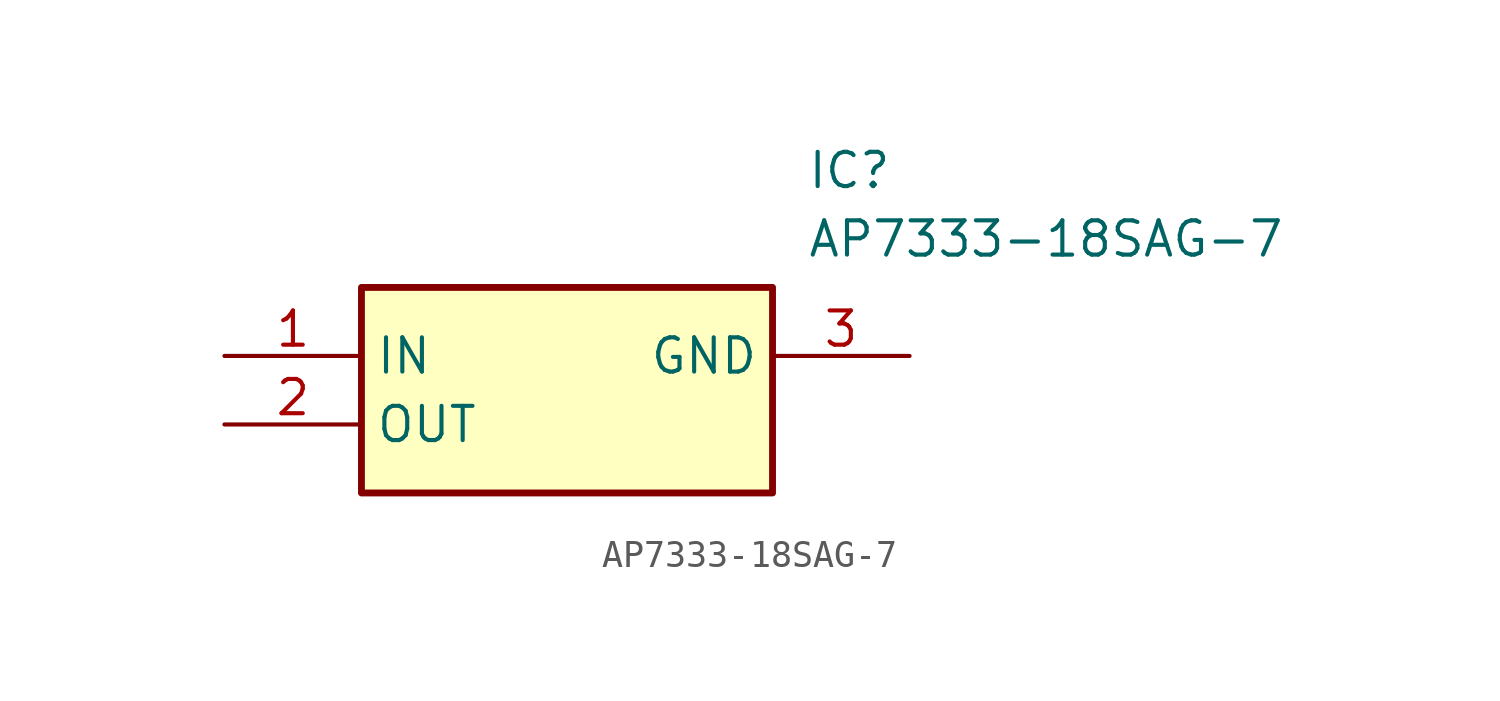
<source format=kicad_sym>
(kicad_symbol_lib
  (version 20211014)
  (generator SamacSys_ECAD_Model)
  (symbol "AP7333-18SAG-7"
    (property "Reference" "IC"
      (at 21.59 7.62 0)
      (effects (font (size 1.27 1.27)) (justify left top)))
    (property "Value" "AP7333-18SAG-7"
      (at 21.59 5.08 0)
      (effects (font (size 1.27 1.27)) (justify left top)))
    (rectangle
      (start 5.08 2.54)
      (end 20.32 -5.08)
      (stroke (width 0.254) (type default))
      (fill (type background)))
    (pin passive line
      (at 0 0 0)
      (length 5.08)
      (name "IN" (effects (font (size 1.27 1.27))))
      (number "1" (effects (font (size 1.27 1.27)))))
    (pin passive line
      (at 0 -2.54 0)
      (length 5.08)
      (name "OUT" (effects (font (size 1.27 1.27))))
      (number "2" (effects (font (size 1.27 1.27)))))
    (pin passive line
      (at 25.4 0 180)
      (length 5.08)
      (name "GND" (effects (font (size 1.27 1.27))))
      (number "3" (effects (font (size 1.27 1.27)))))))
</source>
